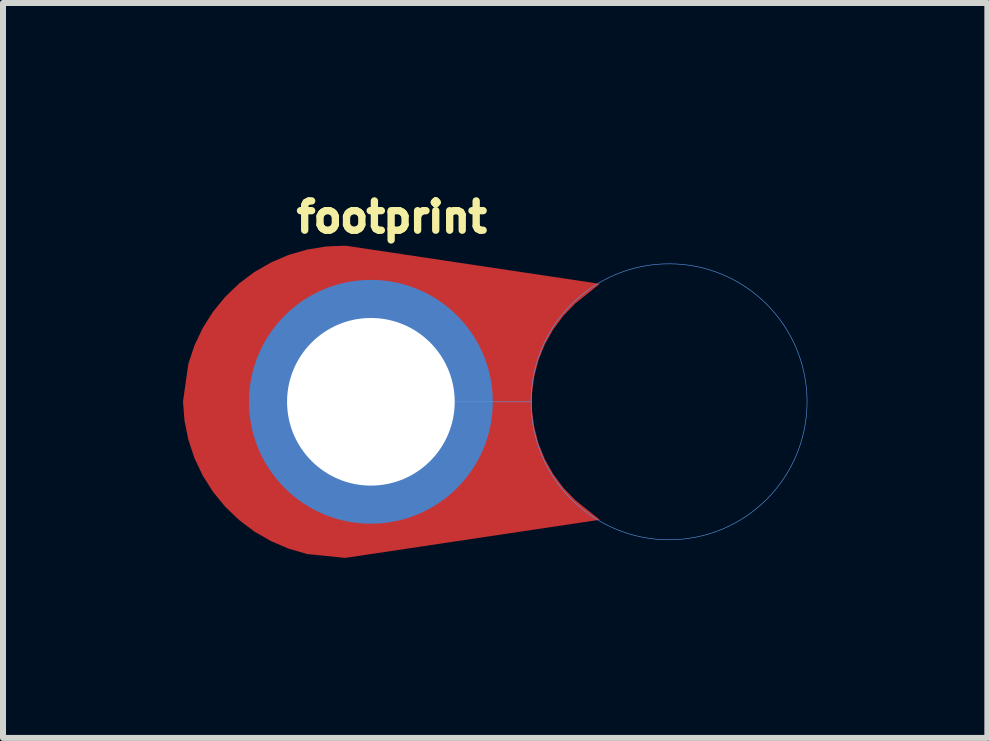
<source format=kicad_pcb>
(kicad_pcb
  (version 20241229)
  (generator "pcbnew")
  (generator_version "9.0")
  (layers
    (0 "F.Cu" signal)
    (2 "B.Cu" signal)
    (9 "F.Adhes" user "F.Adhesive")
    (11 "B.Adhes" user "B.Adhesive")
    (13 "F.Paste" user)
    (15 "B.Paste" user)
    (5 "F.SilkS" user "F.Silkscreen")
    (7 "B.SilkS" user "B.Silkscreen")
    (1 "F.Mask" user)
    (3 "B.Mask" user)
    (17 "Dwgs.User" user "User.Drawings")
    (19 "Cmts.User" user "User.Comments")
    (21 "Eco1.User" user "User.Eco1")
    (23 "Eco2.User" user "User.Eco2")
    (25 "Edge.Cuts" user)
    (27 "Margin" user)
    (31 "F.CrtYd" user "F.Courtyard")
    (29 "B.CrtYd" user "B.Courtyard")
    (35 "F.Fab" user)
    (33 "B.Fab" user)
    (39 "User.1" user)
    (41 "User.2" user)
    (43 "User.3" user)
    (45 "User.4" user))
  (footprint "footprint"
    (layer "F.Cu")
    (at 3.102 3.647)
    (property "Reference" "footprint" (at -1.27 -2.794 0) (layer "F.SilkS") (effects (font (size 0.488 0.488) (thickness 0.122)) (justify left bottom)))
    (fp_poly (pts (xy 3.845 -1.966) (xy 3.437 -1.639) (xy 3.239 -1.435) (xy 3.07 -1.208) (xy 2.931 -0.961) (xy 2.824 -0.698) (xy 2.753 -0.423) (xy 2.716 -0.142) (xy 2.716 0.142) (xy 2.753 0.423) (xy 2.824 0.698) (xy 2.931 0.961) (xy 3.07 1.208) (xy 3.239 1.435) (xy 3.437 1.639) (xy 3.845 1.966) (xy -0.398 2.602) (xy -1.031 2.538) (xy -1.342 2.448) (xy -1.636 2.322) (xy -1.914 2.162) (xy -2.169 1.969) (xy -2.4 1.747) (xy -2.603 1.499) (xy -2.774 1.228) (xy -2.911 0.939) (xy -3.012 0.635) (xy -3.076 0.321) (xy -3.102 -0.003) (xy -3.013 -0.632) (xy -2.911 -0.939) (xy -2.774 -1.228) (xy -2.603 -1.499) (xy -2.4 -1.747) (xy -2.17 -1.969) (xy -1.914 -2.162) (xy -1.636 -2.322) (xy -1.342 -2.448) (xy -1.034 -2.537) (xy -0.718 -2.589) (xy -0.394 -2.602)) (stroke (width 0) (type solid)) (fill yes) (layer "F.Cu"))
    (fp_poly (pts (xy 3.845 -1.966) (xy 3.437 -1.639) (xy 3.239 -1.435) (xy 3.07 -1.208) (xy 2.931 -0.961) (xy 2.824 -0.698) (xy 2.753 -0.423) (xy 2.716 -0.142) (xy 2.716 0.142) (xy 2.753 0.423) (xy 2.824 0.698) (xy 2.931 0.961) (xy 3.07 1.208) (xy 3.239 1.435) (xy 3.437 1.639) (xy 3.845 1.966) (xy -0.398 2.602) (xy -1.031 2.538) (xy -1.342 2.448) (xy -1.636 2.322) (xy -1.914 2.162) (xy -2.169 1.969) (xy -2.4 1.747) (xy -2.603 1.499) (xy -2.774 1.228) (xy -2.911 0.939) (xy -3.012 0.635) (xy -3.076 0.321) (xy -3.102 -0.003) (xy -3.013 -0.632) (xy -2.911 -0.939) (xy -2.774 -1.228) (xy -2.603 -1.499) (xy -2.4 -1.747) (xy -2.17 -1.969) (xy -1.914 -2.162) (xy -1.636 -2.322) (xy -1.342 -2.448) (xy -1.034 -2.537) (xy -0.718 -2.589) (xy -0.394 -2.602)) (stroke (width 0) (type solid)) (fill yes) (layer "F.Mask"))
    (fp_line (start 0 0) (end 2.7 0) (stroke (width 0.01) (type solid)) (layer "Cmts.User"))
    (fp_circle (center 5 0) (end 7.3 0) (stroke (width 0.01) (type solid)) (fill no) (layer "Cmts.User"))
    (pad "1" thru_hole circle (at 0.03 0) (size 4.064 4.064) (drill 2.794) (layers "*.Cu" "*.Mask")))
  (gr_rect
    (start -3 -3)
    (end 13.407 9.25)
    (stroke (width 0.1) (type default))
    (fill no)
    (layer "Edge.Cuts")))
</source>
